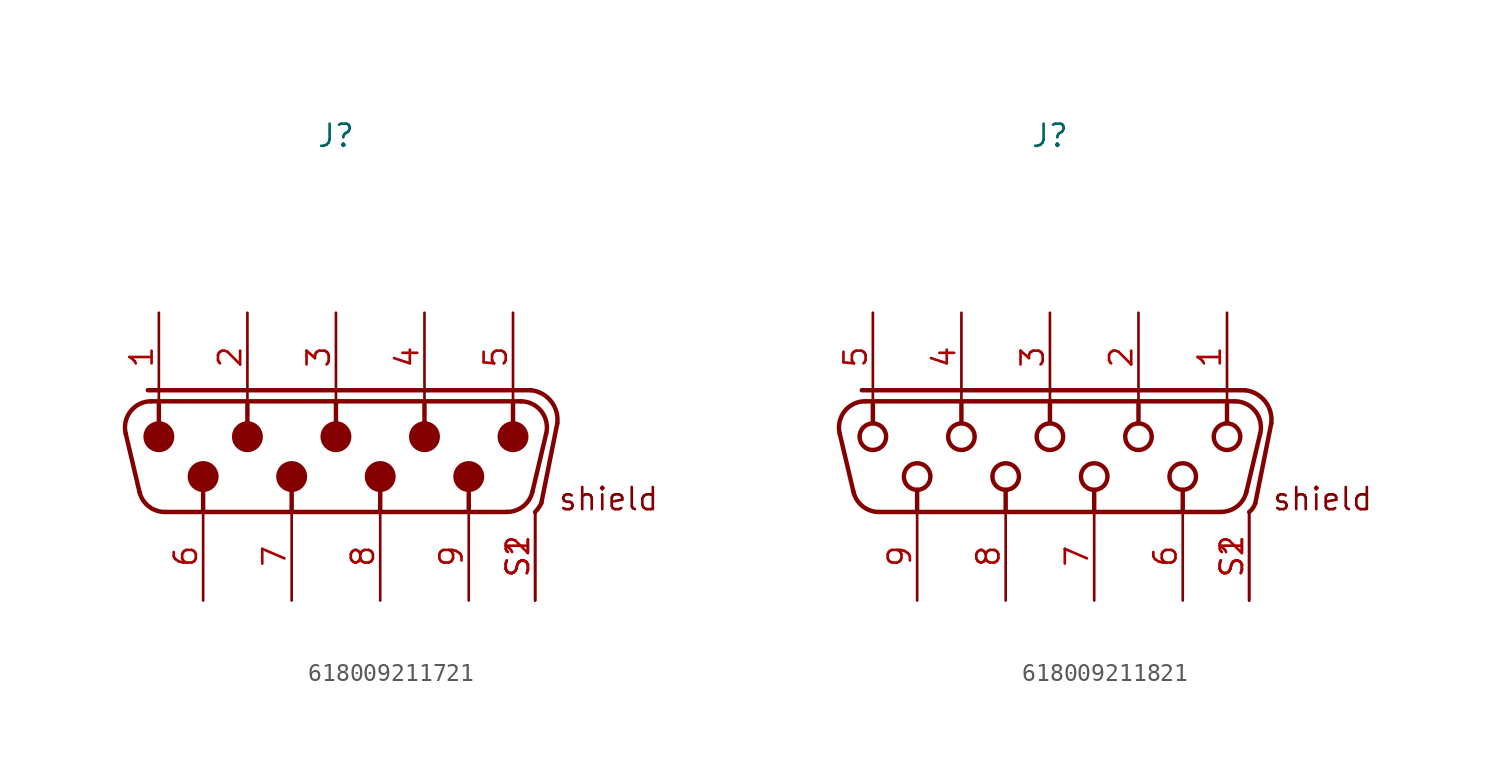
<source format=kicad_sym>
(kicad_symbol_lib
  (version 20241209)
  (generator "kicad_symbol_editor")
  (generator_version "9.0")
  (symbol "618009211721"
    (pin_names
      (hide yes))
    (property "Reference" "J"
      (at 0 17.78 0)
      (effects (font (size 1.27 1.27))))
    (symbol "618009211721_1_0"
      (polyline (pts (xy -11.273 -2.655) (xy -12.064 0.695)) (stroke (width 0.254) (type solid)) (fill (type none)))
      (polyline (pts (xy -10.795 3.175) (xy 11.2 3.175)) (stroke (width 0.254) (type solid)) (fill (type none)))
      (polyline (pts (xy -10.604 2.54) (xy 10.604 2.54)) (stroke (width 0.254) (type solid)) (fill (type none)))
      (arc (start -12.0642 0.695) (mid -11.7807 1.9707) (end -10.6043 2.54) (stroke (width 0.254) (type solid)) (fill (type none)))
      (polyline (pts (xy -10.16 2.58) (xy -10.16 0.4)) (stroke (width 0.254) (type solid)) (fill (type none)))
      (circle (center -10.16 0.508) (radius 0.762) (stroke (width 0.254) (type solid)) (fill (type outline)))
      (arc (start -9.813 -3.81) (mid -10.7438 -3.4862) (end -11.2728 -2.6547) (stroke (width 0.254) (type solid)) (fill (type none)))
      (circle (center -7.62 -1.778) (radius 0.762) (stroke (width 0.254) (type solid)) (fill (type outline)))
      (polyline (pts (xy -7.62 -3.81) (xy -7.62 -1.63)) (stroke (width 0.254) (type solid)) (fill (type none)))
      (polyline (pts (xy -5.08 2.58) (xy -5.08 0.4)) (stroke (width 0.254) (type solid)) (fill (type none)))
      (circle (center -5.08 0.508) (radius 0.762) (stroke (width 0.254) (type solid)) (fill (type outline)))
      (circle (center -2.54 -1.778) (radius 0.762) (stroke (width 0.254) (type solid)) (fill (type outline)))
      (polyline (pts (xy -2.54 -3.81) (xy -2.54 -1.63)) (stroke (width 0.254) (type solid)) (fill (type none)))
      (polyline (pts (xy 0 2.58) (xy 0 0.4)) (stroke (width 0.254) (type solid)) (fill (type none)))
      (circle (center 0 0.508) (radius 0.762) (stroke (width 0.254) (type solid)) (fill (type outline)))
      (circle (center 2.54 -1.778) (radius 0.762) (stroke (width 0.254) (type solid)) (fill (type outline)))
      (polyline (pts (xy 2.54 -3.81) (xy 2.54 -1.63)) (stroke (width 0.254) (type solid)) (fill (type none)))
      (polyline (pts (xy 5.08 2.58) (xy 5.08 0.4)) (stroke (width 0.254) (type solid)) (fill (type none)))
      (circle (center 5.08 0.508) (radius 0.762) (stroke (width 0.254) (type solid)) (fill (type outline)))
      (circle (center 7.62 -1.778) (radius 0.762) (stroke (width 0.254) (type solid)) (fill (type outline)))
      (polyline (pts (xy 7.62 -3.81) (xy 7.62 -1.63)) (stroke (width 0.254) (type solid)) (fill (type none)))
      (arc (start 11.2728 -2.6548) (mid 10.7437 -3.4863) (end 9.8129 -3.81) (stroke (width 0.254) (type solid)) (fill (type none)))
      (polyline (pts (xy 9.813 -3.81) (xy -9.813 -3.81)) (stroke (width 0.254) (type solid)) (fill (type none)))
      (polyline (pts (xy 10.16 2.58) (xy 10.16 0.4)) (stroke (width 0.254) (type solid)) (fill (type none)))
      (circle (center 10.16 0.508) (radius 0.762) (stroke (width 0.254) (type solid)) (fill (type outline)))
      (arc (start 11.7839 -3.3037) (mid 11.6289 -3.5722) (end 11.43 -3.81) (stroke (width 0.254) (type solid)) (fill (type none)))
      (arc (start 10.6043 2.54) (mid 11.7807 1.9707) (end 12.0642 0.695) (stroke (width 0.254) (type solid)) (fill (type none)))
      (arc (start 11.2 3.175) (mid 12.3464 2.5346) (end 12.7 1.27) (stroke (width 0.254) (type solid)) (fill (type none)))
      (polyline (pts (xy 11.784 -3.304) (xy 12.7 1.27)) (stroke (width 0.254) (type solid)) (fill (type none)))
      (polyline (pts (xy 12.064 0.695) (xy 11.273 -2.655)) (stroke (width 0.254) (type solid)) (fill (type none)))
      (pin passive line (at -10.16 7.62 270) (length 5.08) (name "1" (effects (font (size 1.27 1.27)))) (number "1" (effects (font (size 1.27 1.27)))))
      (pin passive line (at -7.62 -8.89 90) (length 5.08) (name "6" (effects (font (size 1.27 1.27)))) (number "6" (effects (font (size 1.27 1.27)))))
      (pin passive line (at -5.08 7.62 270) (length 5.08) (name "2" (effects (font (size 1.27 1.27)))) (number "2" (effects (font (size 1.27 1.27)))))
      (pin passive line (at -2.54 -8.89 90) (length 5.08) (name "7" (effects (font (size 1.27 1.27)))) (number "7" (effects (font (size 1.27 1.27)))))
      (pin passive line (at 0 7.62 270) (length 5.08) (name "3" (effects (font (size 1.27 1.27)))) (number "3" (effects (font (size 1.27 1.27)))))
      (pin passive line (at 2.54 -8.89 90) (length 5.08) (name "8" (effects (font (size 1.27 1.27)))) (number "8" (effects (font (size 1.27 1.27)))))
      (pin passive line (at 5.08 7.62 270) (length 5.08) (name "4" (effects (font (size 1.27 1.27)))) (number "4" (effects (font (size 1.27 1.27)))))
      (pin passive line (at 7.62 -8.89 90) (length 5.08) (name "9" (effects (font (size 1.27 1.27)))) (number "9" (effects (font (size 1.27 1.27)))))
      (pin passive line (at 10.16 7.62 270) (length 5.08) (name "5" (effects (font (size 1.27 1.27)))) (number "5" (effects (font (size 1.27 1.27)))))
      (pin passive line (at 11.43 -8.89 90) (length 5.08) (name "SHIELD" (effects (font (size 1.27 1.27)))) (number "S1" (effects (font (size 1.27 1.27)))))
      (pin passive line (at 11.43 -8.89 90) (length 5.08) (name "SHIELD" (effects (font (size 1.27 1.27)))) (number "S2" (effects (font (size 1.27 1.27))))))
    (symbol "618009211721_1_1"
      (text "shield" (at 12.7 -3.81 0) (effects (font (size 1.27 1.27)) (justify left bottom)))))
  (symbol "618009211821"
    (pin_names
      (hide yes))
    (property "Reference" "J"
      (at 0 17.78 0)
      (effects (font (size 1.27 1.27))))
    (symbol "618009211821_1_0"
      (polyline (pts (xy -11.273 -2.655) (xy -12.064 0.695)) (stroke (width 0.254) (type solid)) (fill (type none)))
      (polyline (pts (xy -10.795 3.175) (xy 11.2 3.175)) (stroke (width 0.254) (type solid)) (fill (type none)))
      (polyline (pts (xy -10.604 2.54) (xy 10.604 2.54)) (stroke (width 0.254) (type solid)) (fill (type none)))
      (arc (start -12.0642 0.695) (mid -11.7807 1.9707) (end -10.6043 2.54) (stroke (width 0.254) (type solid)) (fill (type none)))
      (polyline (pts (xy -10.16 2.58) (xy -10.16 1.3)) (stroke (width 0.254) (type solid)) (fill (type none)))
      (circle (center -10.16 0.508) (radius 0.762) (stroke (width 0.254) (type solid)) (fill (type none)))
      (arc (start -9.813 -3.81) (mid -10.7438 -3.4862) (end -11.2728 -2.6547) (stroke (width 0.254) (type solid)) (fill (type none)))
      (circle (center -7.62 -1.778) (radius 0.762) (stroke (width 0.254) (type solid)) (fill (type none)))
      (polyline (pts (xy -7.62 -2.54) (xy -7.62 -3.82)) (stroke (width 0.254) (type solid)) (fill (type none)))
      (polyline (pts (xy -5.08 2.58) (xy -5.08 1.3)) (stroke (width 0.254) (type solid)) (fill (type none)))
      (circle (center -5.08 0.508) (radius 0.762) (stroke (width 0.254) (type solid)) (fill (type none)))
      (circle (center -2.54 -1.778) (radius 0.762) (stroke (width 0.254) (type solid)) (fill (type none)))
      (polyline (pts (xy -2.54 -2.54) (xy -2.54 -3.82)) (stroke (width 0.254) (type solid)) (fill (type none)))
      (polyline (pts (xy 0 2.58) (xy 0 1.3)) (stroke (width 0.254) (type solid)) (fill (type none)))
      (circle (center 0 0.508) (radius 0.762) (stroke (width 0.254) (type solid)) (fill (type none)))
      (circle (center 2.54 -1.778) (radius 0.762) (stroke (width 0.254) (type solid)) (fill (type none)))
      (polyline (pts (xy 2.54 -2.54) (xy 2.54 -3.82)) (stroke (width 0.254) (type solid)) (fill (type none)))
      (polyline (pts (xy 5.08 2.58) (xy 5.08 1.3)) (stroke (width 0.254) (type solid)) (fill (type none)))
      (circle (center 5.08 0.508) (radius 0.762) (stroke (width 0.254) (type solid)) (fill (type none)))
      (circle (center 7.62 -1.778) (radius 0.762) (stroke (width 0.254) (type solid)) (fill (type none)))
      (polyline (pts (xy 7.62 -2.54) (xy 7.62 -3.82)) (stroke (width 0.254) (type solid)) (fill (type none)))
      (arc (start 11.2728 -2.6548) (mid 10.7437 -3.4863) (end 9.8129 -3.81) (stroke (width 0.254) (type solid)) (fill (type none)))
      (polyline (pts (xy 9.813 -3.81) (xy -9.813 -3.81)) (stroke (width 0.254) (type solid)) (fill (type none)))
      (polyline (pts (xy 10.16 2.58) (xy 10.16 1.3)) (stroke (width 0.254) (type solid)) (fill (type none)))
      (circle (center 10.16 0.508) (radius 0.762) (stroke (width 0.254) (type solid)) (fill (type none)))
      (arc (start 10.6043 2.54) (mid 11.7807 1.9707) (end 12.0642 0.695) (stroke (width 0.254) (type solid)) (fill (type none)))
      (arc (start 11.7839 -3.3037) (mid 11.6448 -3.5833) (end 11.43 -3.81) (stroke (width 0.254) (type solid)) (fill (type none)))
      (arc (start 11.2 3.175) (mid 12.3464 2.5346) (end 12.7 1.27) (stroke (width 0.254) (type solid)) (fill (type none)))
      (polyline (pts (xy 11.784 -3.304) (xy 12.7 1.27)) (stroke (width 0.254) (type solid)) (fill (type none)))
      (polyline (pts (xy 12.064 0.695) (xy 11.273 -2.655)) (stroke (width 0.254) (type solid)) (fill (type none)))
      (pin passive line (at -10.16 7.62 270) (length 5.08) (name "5" (effects (font (size 1.27 1.27)))) (number "5" (effects (font (size 1.27 1.27)))))
      (pin passive line (at -7.62 -8.89 90) (length 5.08) (name "9" (effects (font (size 1.27 1.27)))) (number "9" (effects (font (size 1.27 1.27)))))
      (pin passive line (at -5.08 7.62 270) (length 5.08) (name "4" (effects (font (size 1.27 1.27)))) (number "4" (effects (font (size 1.27 1.27)))))
      (pin passive line (at -2.54 -8.89 90) (length 5.08) (name "8" (effects (font (size 1.27 1.27)))) (number "8" (effects (font (size 1.27 1.27)))))
      (pin passive line (at 0 7.62 270) (length 5.08) (name "3" (effects (font (size 1.27 1.27)))) (number "3" (effects (font (size 1.27 1.27)))))
      (pin passive line (at 2.54 -8.89 90) (length 5.08) (name "7" (effects (font (size 1.27 1.27)))) (number "7" (effects (font (size 1.27 1.27)))))
      (pin passive line (at 5.08 7.62 270) (length 5.08) (name "2" (effects (font (size 1.27 1.27)))) (number "2" (effects (font (size 1.27 1.27)))))
      (pin passive line (at 7.62 -8.89 90) (length 5.08) (name "6" (effects (font (size 1.27 1.27)))) (number "6" (effects (font (size 1.27 1.27)))))
      (pin passive line (at 10.16 7.62 270) (length 5.08) (name "1" (effects (font (size 1.27 1.27)))) (number "1" (effects (font (size 1.27 1.27)))))
      (pin passive line (at 11.43 -8.89 90) (length 5.08) (name "SHIELD" (effects (font (size 1.27 1.27)))) (number "S1" (effects (font (size 1.27 1.27)))))
      (pin passive line (at 11.43 -8.89 90) (length 5.08) (name "SHIELD" (effects (font (size 1.27 1.27)))) (number "S2" (effects (font (size 1.27 1.27))))))
    (symbol "618009211821_1_1"
      (text "shield" (at 12.7 -3.81 0) (effects (font (size 1.27 1.27)) (justify left bottom))))))
</source>
